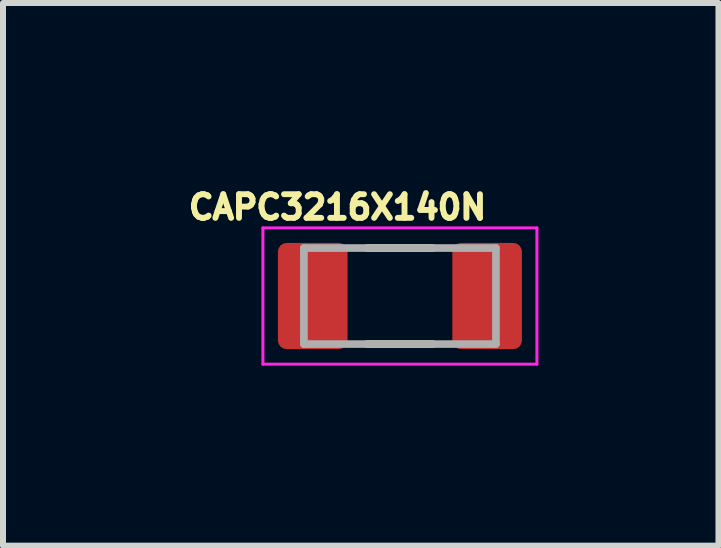
<source format=kicad_pcb>
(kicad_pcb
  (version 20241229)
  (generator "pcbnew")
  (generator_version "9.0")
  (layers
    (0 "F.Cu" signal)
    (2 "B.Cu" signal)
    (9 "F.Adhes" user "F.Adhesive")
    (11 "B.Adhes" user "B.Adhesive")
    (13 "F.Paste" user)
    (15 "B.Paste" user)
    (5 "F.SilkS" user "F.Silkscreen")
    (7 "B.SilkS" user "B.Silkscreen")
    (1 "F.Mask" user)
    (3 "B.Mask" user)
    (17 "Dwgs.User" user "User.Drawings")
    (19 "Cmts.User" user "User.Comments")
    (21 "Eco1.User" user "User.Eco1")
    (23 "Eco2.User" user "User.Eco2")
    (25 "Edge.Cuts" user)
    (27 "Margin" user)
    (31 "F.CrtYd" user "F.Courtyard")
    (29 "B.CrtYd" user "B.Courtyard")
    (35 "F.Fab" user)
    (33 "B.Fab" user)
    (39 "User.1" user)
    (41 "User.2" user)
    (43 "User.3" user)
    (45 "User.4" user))
  (footprint "CAPC3216X140N"
    (layer "F.Cu")
    (at 3.614 1.883)
    (property "Reference" "CAPC3216X140N" (at -1.04 -1.48 0) (layer "F.SilkS") (effects (font (size 0.394 0.394) (thickness 0.15))))
    (attr smd)
    (fp_line (start -0.55 -0.8) (end 0.55 -0.8) (stroke (width 0.127) (type solid)) (layer "F.SilkS"))
    (fp_line (start -0.55 0.8) (end 0.55 0.8) (stroke (width 0.127) (type solid)) (layer "F.SilkS"))
    (fp_line (start -2.283 -1.135) (end 2.283 -1.135) (stroke (width 0.05) (type solid)) (layer "F.CrtYd"))
    (fp_line (start -2.283 1.135) (end -2.283 -1.135) (stroke (width 0.05) (type solid)) (layer "F.CrtYd"))
    (fp_line (start -2.283 1.135) (end 2.283 1.135) (stroke (width 0.05) (type solid)) (layer "F.CrtYd"))
    (fp_line (start 2.283 1.135) (end 2.283 -1.135) (stroke (width 0.05) (type solid)) (layer "F.CrtYd"))
    (fp_line (start -1.6 0.8) (end -1.6 -0.8) (stroke (width 0.127) (type solid)) (layer "F.Fab"))
    (fp_line (start 1.6 -0.8) (end -1.6 -0.8) (stroke (width 0.127) (type solid)) (layer "F.Fab"))
    (fp_line (start 1.6 0.8) (end -1.6 0.8) (stroke (width 0.127) (type solid)) (layer "F.Fab"))
    (fp_line (start 1.6 0.8) (end 1.6 -0.8) (stroke (width 0.127) (type solid)) (layer "F.Fab"))
    (pad "1" smd roundrect (at -1.453 0) (size 1.16 1.77) (layers "F.Cu" "F.Mask" "F.Paste") (roundrect_rratio 0.125))
    (pad "2" smd roundrect (at 1.453 0) (size 1.16 1.77) (layers "F.Cu" "F.Mask" "F.Paste") (roundrect_rratio 0.125)))
  (gr_rect
    (start -3 -3)
    (end 8.922 6.043)
    (stroke (width 0.1) (type default))
    (fill no)
    (layer "Edge.Cuts")))
</source>
